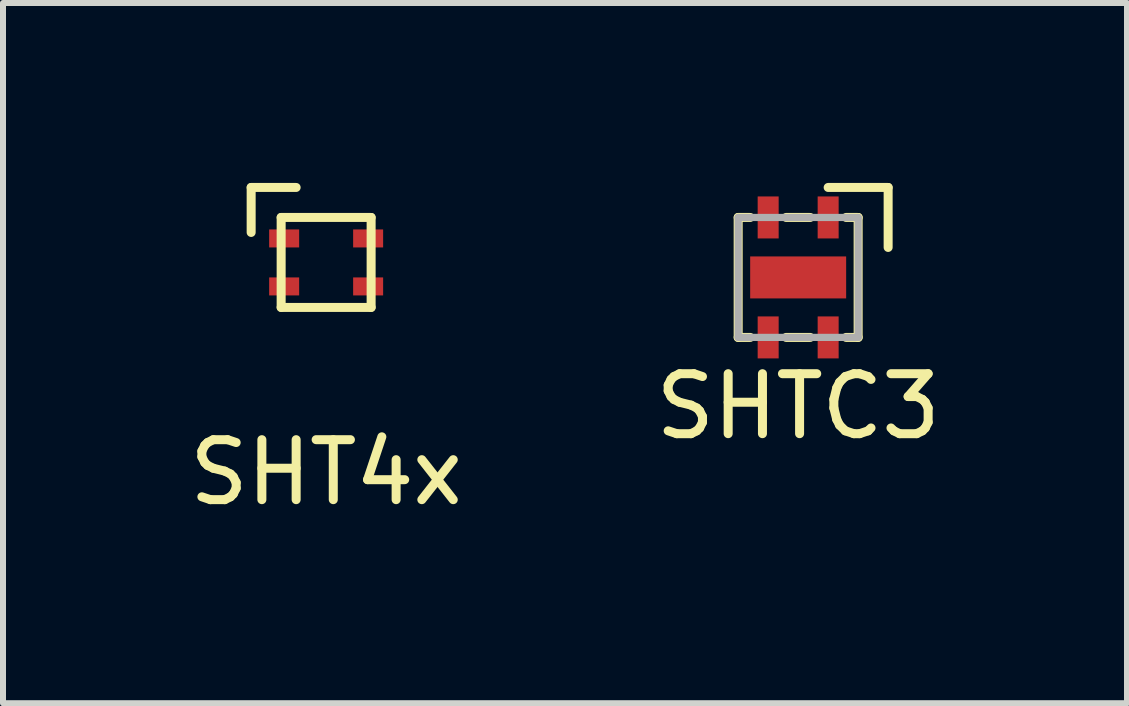
<source format=kicad_pcb>
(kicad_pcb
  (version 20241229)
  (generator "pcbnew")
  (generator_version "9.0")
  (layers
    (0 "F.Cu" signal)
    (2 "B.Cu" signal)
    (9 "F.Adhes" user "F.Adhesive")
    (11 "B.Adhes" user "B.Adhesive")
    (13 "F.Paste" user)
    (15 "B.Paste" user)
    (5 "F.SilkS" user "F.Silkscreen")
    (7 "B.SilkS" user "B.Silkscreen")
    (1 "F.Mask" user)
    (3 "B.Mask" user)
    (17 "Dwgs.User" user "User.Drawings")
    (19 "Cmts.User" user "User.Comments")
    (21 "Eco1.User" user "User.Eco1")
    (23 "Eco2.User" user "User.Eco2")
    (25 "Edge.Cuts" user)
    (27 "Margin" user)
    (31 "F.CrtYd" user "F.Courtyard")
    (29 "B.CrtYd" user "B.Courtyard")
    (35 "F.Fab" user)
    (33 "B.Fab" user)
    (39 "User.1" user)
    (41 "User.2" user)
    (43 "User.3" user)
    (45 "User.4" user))
  (footprint "SHT4x"
    (layer "F.Cu")
    (at 2.387 1.325)
    (property "Reference" "SHT4x" (at 0 3.5 0) (layer "F.SilkS") (effects (font (size 1 1) (thickness 0.15))))
    (attr through_hole)
    (fp_line (start -1.25 -1.25) (end -1.25 -0.5) (stroke (width 0.15) (type solid)) (layer "F.SilkS"))
    (fp_line (start -0.75 -0.75) (end 0.75 -0.75) (stroke (width 0.15) (type solid)) (layer "F.SilkS"))
    (fp_line (start -0.75 0.75) (end -0.75 -0.75) (stroke (width 0.15) (type solid)) (layer "F.SilkS"))
    (fp_line (start -0.5 -1.25) (end -1.25 -1.25) (stroke (width 0.15) (type solid)) (layer "F.SilkS"))
    (fp_line (start 0.75 -0.75) (end 0.75 0.75) (stroke (width 0.15) (type solid)) (layer "F.SilkS"))
    (fp_line (start 0.75 0.75) (end -0.75 0.75) (stroke (width 0.15) (type solid)) (layer "F.SilkS"))
    (pad "1" smd rect (at -0.7 -0.4) (size 0.5 0.3) (layers "F.Cu" "F.Mask" "F.Paste"))
    (pad "2" smd rect (at -0.7 0.4) (size 0.5 0.3) (layers "F.Cu" "F.Mask" "F.Paste"))
    (pad "3" smd rect (at 0.7 0.4) (size 0.5 0.3) (layers "F.Cu" "F.Mask" "F.Paste"))
    (pad "4" smd rect (at 0.7 -0.4) (size 0.5 0.3) (layers "F.Cu" "F.Mask" "F.Paste")))
  (footprint "SHTC3"
    (layer "F.Cu")
    (at 10.256 1.575)
    (property "Reference" "SHTC3" (at 0 2.15 0) (layer "F.SilkS") (effects (font (size 1 1) (thickness 0.15))))
    (attr through_hole)
    (fp_line (start -1 -1) (end -0.8 -1) (stroke (width 0.15) (type solid)) (layer "F.SilkS"))
    (fp_line (start -1 1) (end -1 -1) (stroke (width 0.15) (type solid)) (layer "F.SilkS"))
    (fp_line (start -0.8 1) (end -1 1) (stroke (width 0.15) (type solid)) (layer "F.SilkS"))
    (fp_line (start -0.2 -1) (end 0.2 -1) (stroke (width 0.15) (type solid)) (layer "F.SilkS"))
    (fp_line (start 0.2 1) (end -0.2 1) (stroke (width 0.15) (type solid)) (layer "F.SilkS"))
    (fp_line (start 0.5 -1.5) (end 1.5 -1.5) (stroke (width 0.15) (type solid)) (layer "F.SilkS"))
    (fp_line (start 0.8 -1) (end 1 -1) (stroke (width 0.15) (type solid)) (layer "F.SilkS"))
    (fp_line (start 1 -1) (end 1 1) (stroke (width 0.15) (type solid)) (layer "F.SilkS"))
    (fp_line (start 1 1) (end 0.8 1) (stroke (width 0.15) (type solid)) (layer "F.SilkS"))
    (fp_line (start 1.5 -1.5) (end 1.5 -0.5) (stroke (width 0.15) (type solid)) (layer "F.SilkS"))
    (fp_line (start -1 -1) (end 1 -1) (stroke (width 0.12) (type solid)) (layer "F.Fab"))
    (fp_line (start -1 1) (end -1 -1) (stroke (width 0.12) (type solid)) (layer "F.Fab"))
    (fp_line (start 1 -1) (end 1 1) (stroke (width 0.12) (type solid)) (layer "F.Fab"))
    (fp_line (start 1 1) (end -1 1) (stroke (width 0.12) (type solid)) (layer "F.Fab"))
    (pad "1" smd rect (at 0.5 -1) (size 0.35 0.7) (layers "F.Cu" "F.Mask" "F.Paste"))
    (pad "2" smd rect (at -0.5 -1) (size 0.35 0.7) (layers "F.Cu" "F.Mask" "F.Paste"))
    (pad "3" smd rect (at -0.5 1) (size 0.35 0.7) (layers "F.Cu" "F.Mask" "F.Paste"))
    (pad "4" smd rect (at 0 0) (size 1.6 0.7) (layers "F.Cu" "F.Mask" "F.Paste"))
    (pad "4" smd rect (at 0.5 1) (size 0.35 0.7) (layers "F.Cu" "F.Mask" "F.Paste")))
  (gr_rect
    (start -3 -3)
    (end 15.738 8.673)
    (stroke (width 0.1) (type default))
    (fill no)
    (layer "Edge.Cuts")))
</source>
